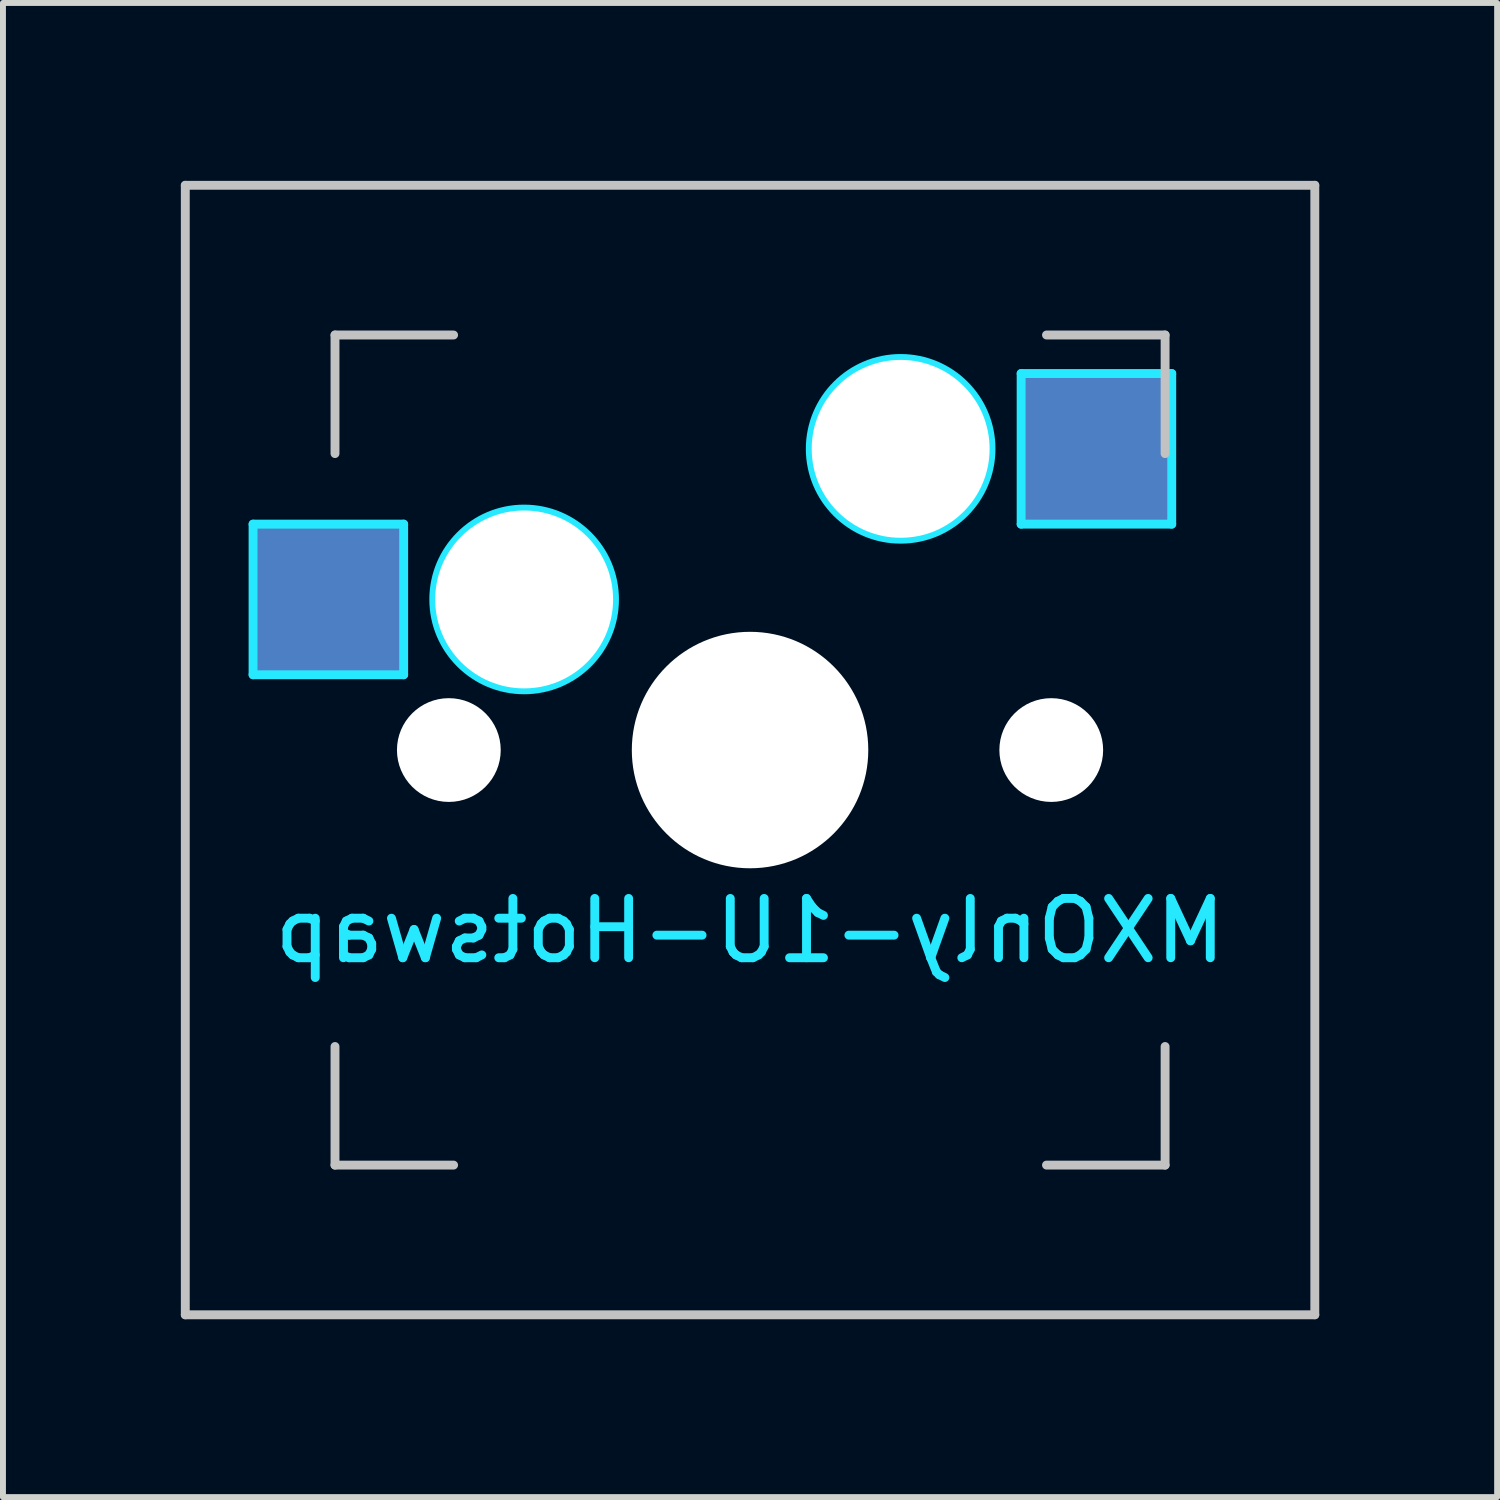
<source format=kicad_pcb>
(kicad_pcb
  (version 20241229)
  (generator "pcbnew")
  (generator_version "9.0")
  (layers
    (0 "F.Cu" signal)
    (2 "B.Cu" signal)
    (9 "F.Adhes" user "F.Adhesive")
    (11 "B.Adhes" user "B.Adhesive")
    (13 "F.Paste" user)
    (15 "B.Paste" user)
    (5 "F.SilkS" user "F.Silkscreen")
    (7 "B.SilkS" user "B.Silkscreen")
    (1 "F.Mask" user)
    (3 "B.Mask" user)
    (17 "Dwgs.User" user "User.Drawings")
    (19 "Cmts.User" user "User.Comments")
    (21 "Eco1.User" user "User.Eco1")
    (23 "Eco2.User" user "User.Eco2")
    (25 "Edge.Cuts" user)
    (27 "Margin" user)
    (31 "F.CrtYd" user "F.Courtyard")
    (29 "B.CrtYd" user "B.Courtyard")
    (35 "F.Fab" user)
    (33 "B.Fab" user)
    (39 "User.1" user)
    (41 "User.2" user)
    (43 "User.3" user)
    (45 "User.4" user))
  (footprint "MXOnly-1U-Hotswap"
    (layer "F.Cu")
    (at 9.6 9.6)
    (property "Reference" "MXOnly-1U-Hotswap" (at 0 3.048 0) (layer "B.CrtYd") (effects (font (size 1 1) (thickness 0.15)) (justify mirror)))
    (attr smd)
    (fp_line (start -9.525 -9.525) (end 9.525 -9.525) (stroke (width 0.15) (type solid)) (layer "Dwgs.User"))
    (fp_line (start -9.525 9.525) (end -9.525 -9.525) (stroke (width 0.15) (type solid)) (layer "Dwgs.User"))
    (fp_line (start -7 -7) (end -7 -5) (stroke (width 0.15) (type solid)) (layer "Dwgs.User"))
    (fp_line (start -7 5) (end -7 7) (stroke (width 0.15) (type solid)) (layer "Dwgs.User"))
    (fp_line (start -7 7) (end -5 7) (stroke (width 0.15) (type solid)) (layer "Dwgs.User"))
    (fp_line (start -5 -7) (end -7 -7) (stroke (width 0.15) (type solid)) (layer "Dwgs.User"))
    (fp_line (start 5 -7) (end 7 -7) (stroke (width 0.15) (type solid)) (layer "Dwgs.User"))
    (fp_line (start 5 7) (end 7 7) (stroke (width 0.15) (type solid)) (layer "Dwgs.User"))
    (fp_line (start 7 -7) (end 7 -5) (stroke (width 0.15) (type solid)) (layer "Dwgs.User"))
    (fp_line (start 7 7) (end 7 5) (stroke (width 0.15) (type solid)) (layer "Dwgs.User"))
    (fp_line (start 9.525 -9.525) (end 9.525 9.525) (stroke (width 0.15) (type solid)) (layer "Dwgs.User"))
    (fp_line (start 9.525 9.525) (end -9.525 9.525) (stroke (width 0.15) (type solid)) (layer "Dwgs.User"))
    (fp_line (start -8.382 -3.81) (end -8.382 -1.27) (stroke (width 0.15) (type solid)) (layer "B.CrtYd"))
    (fp_line (start -8.382 -1.27) (end -5.842 -1.27) (stroke (width 0.15) (type solid)) (layer "B.CrtYd"))
    (fp_line (start -5.842 -3.81) (end -8.382 -3.81) (stroke (width 0.15) (type solid)) (layer "B.CrtYd"))
    (fp_line (start -5.842 -1.27) (end -5.842 -3.81) (stroke (width 0.15) (type solid)) (layer "B.CrtYd"))
    (fp_line (start 4.572 -6.35) (end 7.112 -6.35) (stroke (width 0.15) (type solid)) (layer "B.CrtYd"))
    (fp_line (start 4.572 -3.81) (end 4.572 -6.35) (stroke (width 0.15) (type solid)) (layer "B.CrtYd"))
    (fp_line (start 7.112 -6.35) (end 7.112 -3.81) (stroke (width 0.15) (type solid)) (layer "B.CrtYd"))
    (fp_line (start 7.112 -3.81) (end 4.572 -3.81) (stroke (width 0.15) (type solid)) (layer "B.CrtYd"))
    (fp_circle (center -3.81 -2.54) (end -3.81 -4.064) (stroke (width 0.15) (type solid)) (fill no) (layer "B.CrtYd"))
    (fp_circle (center 2.54 -5.08) (end 2.54 -6.604) (stroke (width 0.15) (type solid)) (fill no) (layer "B.CrtYd"))
    (pad "" np_thru_hole circle (at -5.08 0 48.1) (size 1.75 1.75) (drill 1.75) (layers "*.Cu" "*.Mask"))
    (pad "" np_thru_hole circle (at -3.81 -2.54) (size 3 3) (drill 3) (layers "*.Cu" "*.Mask"))
    (pad "" np_thru_hole circle (at 0 0) (size 3.988 3.988) (drill 3.988) (layers "*.Cu" "*.Mask"))
    (pad "" np_thru_hole circle (at 2.54 -5.08) (size 3 3) (drill 3) (layers "*.Cu" "*.Mask"))
    (pad "" np_thru_hole circle (at 5.08 0 48.1) (size 1.75 1.75) (drill 1.75) (layers "*.Cu" "*.Mask"))
    (pad "1" smd rect (at -7.085 -2.54) (size 2.55 2.5) (layers "B.Cu" "B.Mask" "B.Paste"))
    (pad "2" smd rect (at 5.842 -5.08) (size 2.55 2.5) (layers "B.Cu" "B.Mask" "B.Paste")))
  (gr_rect
    (start -3 -3)
    (end 22.2 22.2)
    (stroke (width 0.1) (type default))
    (fill no)
    (layer "Edge.Cuts")))
</source>
